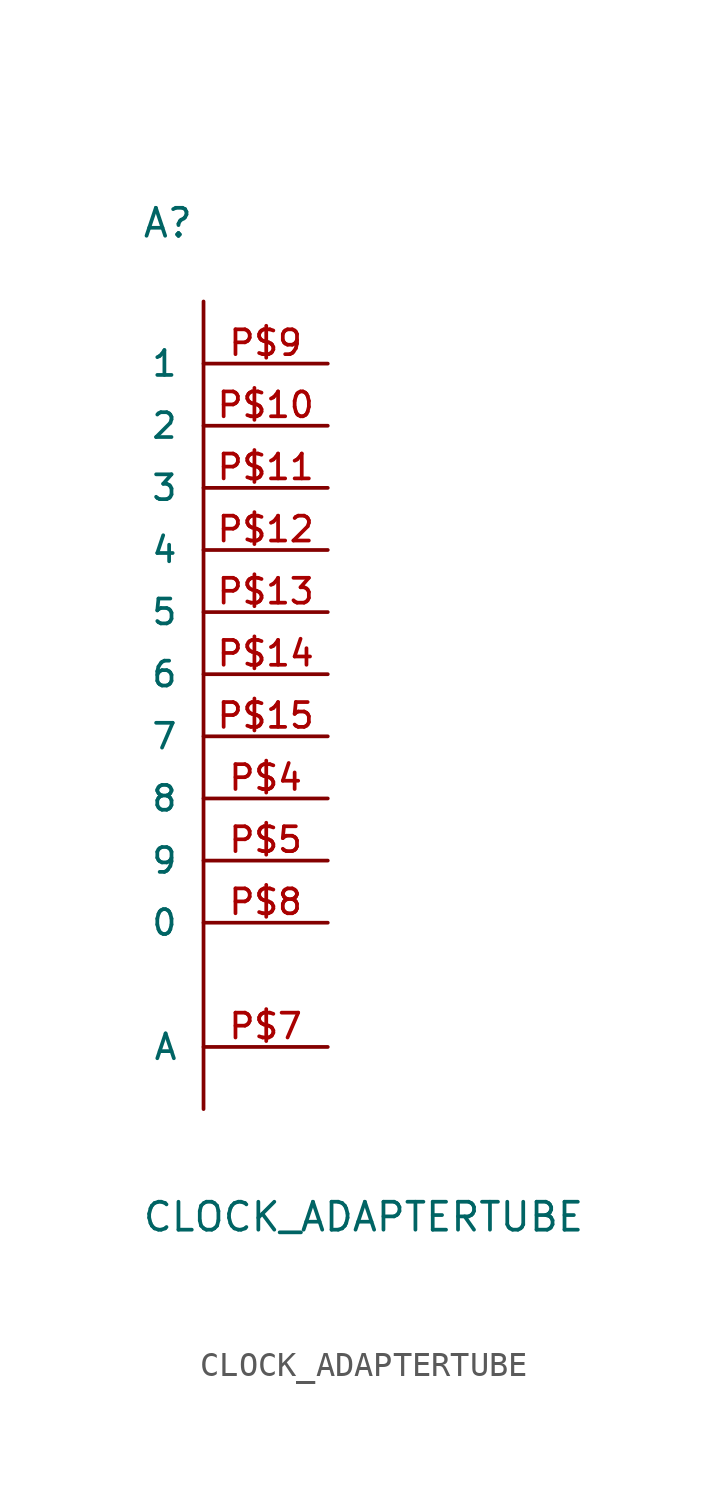
<source format=kicad_sym>
(kicad_symbol_lib
  (version 20241209)
  (generator "kicad_symbol_editor")
  (generator_version "9.0")
  (symbol "CLOCK_ADAPTERTUBE"
    (pin_names
      (offset 1.016))
    (property "Reference" "A"
      (at -2.54 17.78 0)
      (effects (font (size 1.143 1.143)) (justify left bottom)))
    (property "Value" "CLOCK_ADAPTERTUBE"
      (at -2.54 -22.86 0)
      (effects (font (size 1.143 1.143)) (justify left bottom)))
    (property "ki_locked" ""
      (at 0 0 0)
      (effects (font (size 1.27 1.27))))
    (symbol "CLOCK_ADAPTERTUBE_1_0"
      (polyline (pts (xy 0 15.24) (xy 0 -17.78)) (stroke (width 0) (type default)) (fill (type none))))
    (symbol "CLOCK_ADAPTERTUBE_1_1"
      (pin passive line (at 5.08 12.7 180) (length 5.08) (name "1" (effects (font (size 1.016 1.016)))) (number "P$9" (effects (font (size 1.016 1.016)))))
      (pin passive line (at 5.08 10.16 180) (length 5.08) (name "2" (effects (font (size 1.016 1.016)))) (number "P$10" (effects (font (size 1.016 1.016)))))
      (pin passive line (at 5.08 7.62 180) (length 5.08) (name "3" (effects (font (size 1.016 1.016)))) (number "P$11" (effects (font (size 1.016 1.016)))))
      (pin passive line (at 5.08 5.08 180) (length 5.08) (name "4" (effects (font (size 1.016 1.016)))) (number "P$12" (effects (font (size 1.016 1.016)))))
      (pin passive line (at 5.08 2.54 180) (length 5.08) (name "5" (effects (font (size 1.016 1.016)))) (number "P$13" (effects (font (size 1.016 1.016)))))
      (pin passive line (at 5.08 0 180) (length 5.08) (name "6" (effects (font (size 1.016 1.016)))) (number "P$14" (effects (font (size 1.016 1.016)))))
      (pin passive line (at 5.08 -2.54 180) (length 5.08) (name "7" (effects (font (size 1.016 1.016)))) (number "P$15" (effects (font (size 1.016 1.016)))))
      (pin passive line (at 5.08 -5.08 180) (length 5.08) (name "8" (effects (font (size 1.016 1.016)))) (number "P$4" (effects (font (size 1.016 1.016)))))
      (pin passive line (at 5.08 -7.62 180) (length 5.08) (name "9" (effects (font (size 1.016 1.016)))) (number "P$5" (effects (font (size 1.016 1.016)))))
      (pin passive line (at 5.08 -10.16 180) (length 5.08) (name "0" (effects (font (size 1.016 1.016)))) (number "P$8" (effects (font (size 1.016 1.016)))))
      (pin passive line (at 5.08 -15.24 180) (length 5.08) (name "A" (effects (font (size 1.016 1.016)))) (number "P$7" (effects (font (size 1.016 1.016))))))))
</source>
